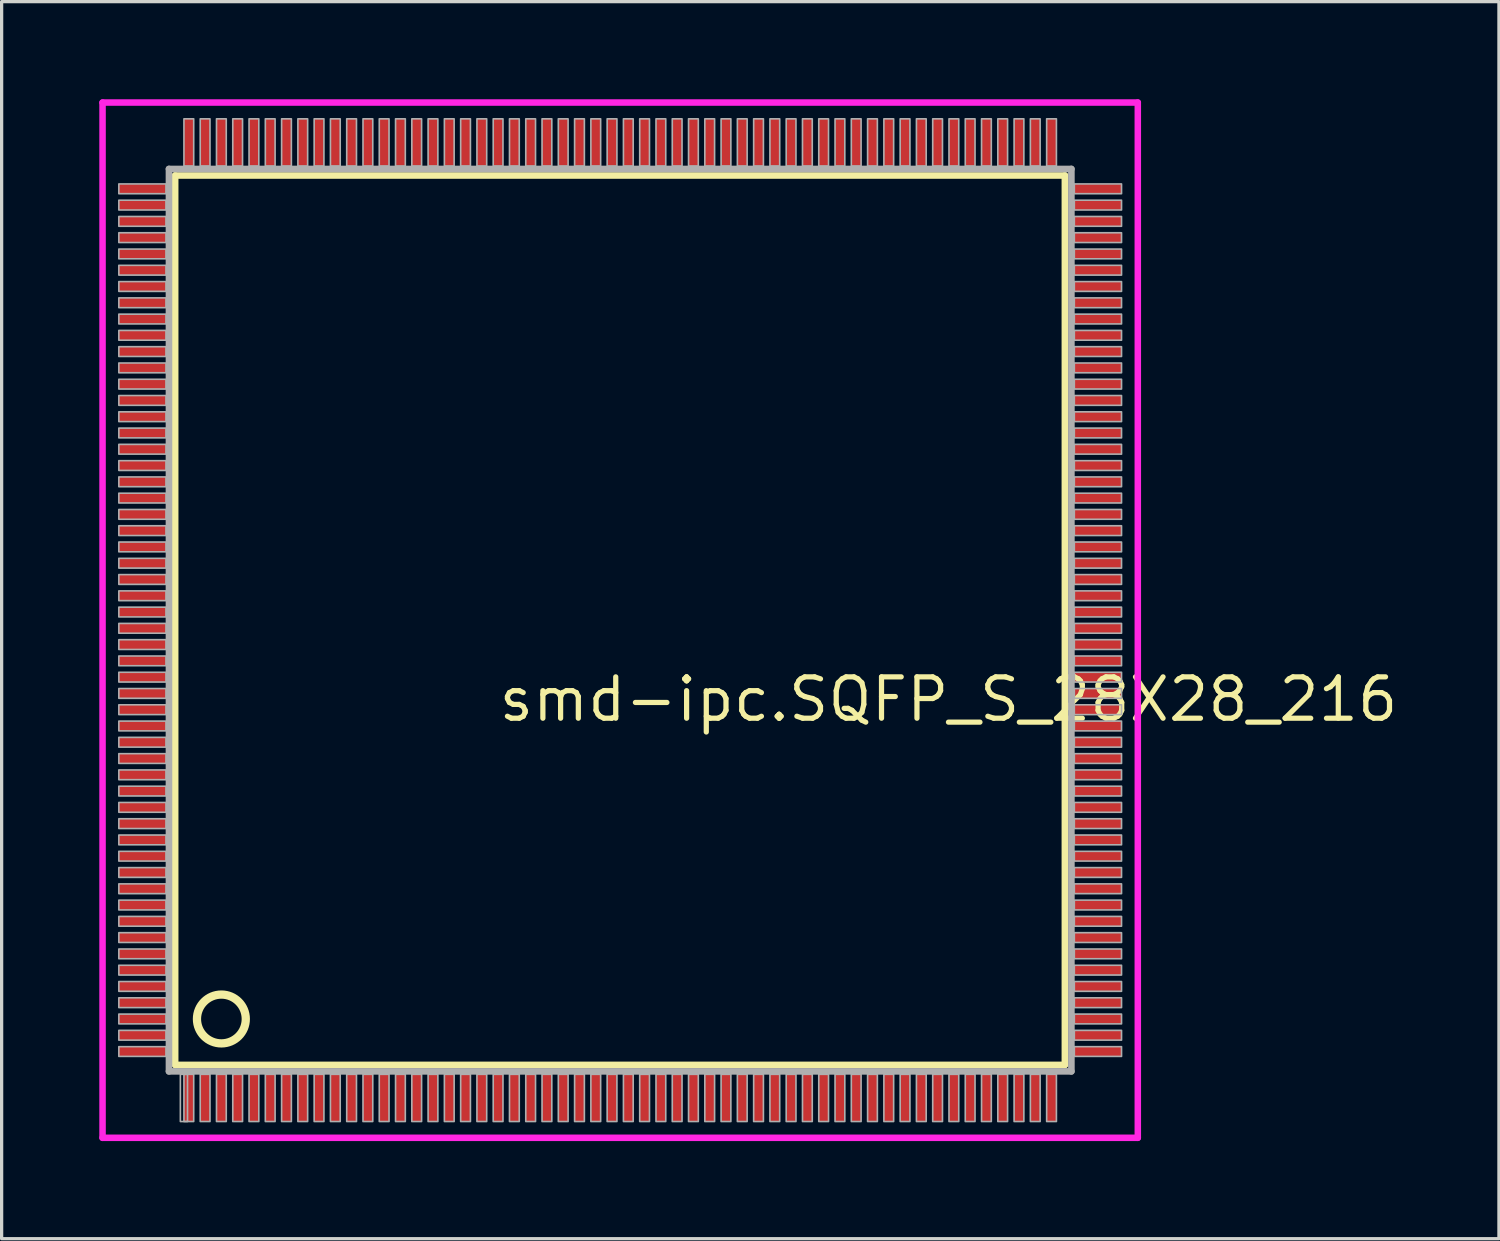
<source format=kicad_pcb>
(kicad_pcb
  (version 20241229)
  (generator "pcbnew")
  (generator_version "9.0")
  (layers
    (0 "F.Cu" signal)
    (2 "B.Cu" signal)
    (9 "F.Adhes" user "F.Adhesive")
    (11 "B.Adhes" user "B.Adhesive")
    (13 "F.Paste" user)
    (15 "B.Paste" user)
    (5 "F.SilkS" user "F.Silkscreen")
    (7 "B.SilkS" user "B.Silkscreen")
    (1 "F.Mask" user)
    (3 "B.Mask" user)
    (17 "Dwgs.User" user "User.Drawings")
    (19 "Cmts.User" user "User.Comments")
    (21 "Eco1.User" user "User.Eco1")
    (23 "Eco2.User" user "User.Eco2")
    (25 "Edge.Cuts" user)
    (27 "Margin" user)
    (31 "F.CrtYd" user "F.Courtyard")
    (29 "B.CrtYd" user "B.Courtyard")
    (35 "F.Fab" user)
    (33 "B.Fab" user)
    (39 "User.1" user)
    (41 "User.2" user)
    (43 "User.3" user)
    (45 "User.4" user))
  (footprint "smd-ipc.SQFP_S_28X28_216"
    (layer "F.Cu")
    (at 16 16)
    (property "Reference" "smd-ipc.SQFP_S_28X28_216" (at -3.81 3.175 0) (layer "F.SilkS") (effects (font (size 1.27 1.27) (thickness 0.16)) (justify left bottom)))
    (attr smd)
    (fp_line (start -13.67 -13.66) (end 13.66 -13.66) (stroke (width 0.203) (type default)) (layer "F.SilkS"))
    (fp_line (start -13.67 13.66) (end -13.67 -13.66) (stroke (width 0.203) (type default)) (layer "F.SilkS"))
    (fp_line (start 13.66 -13.66) (end 13.66 13.66) (stroke (width 0.203) (type default)) (layer "F.SilkS"))
    (fp_line (start 13.66 13.66) (end -13.67 13.66) (stroke (width 0.203) (type default)) (layer "F.SilkS"))
    (fp_circle (center -12.25 12.25) (end -11.5 12.25) (stroke (width 0.254) (type default)) (fill no) (layer "F.SilkS"))
    (fp_line (start -15.9 -15.9) (end 15.9 -15.9) (stroke (width 0.2) (type default)) (layer "F.CrtYd"))
    (fp_line (start -15.9 15.9) (end -15.9 -15.9) (stroke (width 0.2) (type default)) (layer "F.CrtYd"))
    (fp_line (start 15.9 -15.9) (end 15.9 15.9) (stroke (width 0.2) (type default)) (layer "F.CrtYd"))
    (fp_line (start 15.9 15.9) (end -15.9 15.9) (stroke (width 0.2) (type default)) (layer "F.CrtYd"))
    (fp_line (start -13.86 -13.86) (end -13.86 13.86) (stroke (width 0.203) (type default)) (layer "F.Fab"))
    (fp_line (start -13.86 13.86) (end 13.86 13.86) (stroke (width 0.203) (type default)) (layer "F.Fab"))
    (fp_line (start 13.86 -13.86) (end -13.86 -13.86) (stroke (width 0.203) (type default)) (layer "F.Fab"))
    (fp_line (start 13.86 13.86) (end 13.86 -13.86) (stroke (width 0.203) (type default)) (layer "F.Fab"))
    (fp_rect (start -15.4 -13.1) (end -13.95 -13.4) (stroke (width 0.05) (type default)) (fill no) (layer "F.Fab"))
    (fp_rect (start -15.4 -12.6) (end -13.95 -12.9) (stroke (width 0.05) (type default)) (fill no) (layer "F.Fab"))
    (fp_rect (start -15.4 -12.1) (end -13.95 -12.4) (stroke (width 0.05) (type default)) (fill no) (layer "F.Fab"))
    (fp_rect (start -15.4 -11.6) (end -13.95 -11.9) (stroke (width 0.05) (type default)) (fill no) (layer "F.Fab"))
    (fp_rect (start -15.4 -11.1) (end -13.95 -11.4) (stroke (width 0.05) (type default)) (fill no) (layer "F.Fab"))
    (fp_rect (start -15.4 -10.6) (end -13.95 -10.9) (stroke (width 0.05) (type default)) (fill no) (layer "F.Fab"))
    (fp_rect (start -15.4 -10.1) (end -13.95 -10.4) (stroke (width 0.05) (type default)) (fill no) (layer "F.Fab"))
    (fp_rect (start -15.4 -9.6) (end -13.95 -9.9) (stroke (width 0.05) (type default)) (fill no) (layer "F.Fab"))
    (fp_rect (start -15.4 -9.1) (end -13.95 -9.4) (stroke (width 0.05) (type default)) (fill no) (layer "F.Fab"))
    (fp_rect (start -15.4 -8.6) (end -13.95 -8.9) (stroke (width 0.05) (type default)) (fill no) (layer "F.Fab"))
    (fp_rect (start -15.4 -8.1) (end -13.95 -8.4) (stroke (width 0.05) (type default)) (fill no) (layer "F.Fab"))
    (fp_rect (start -15.4 -7.6) (end -13.95 -7.9) (stroke (width 0.05) (type default)) (fill no) (layer "F.Fab"))
    (fp_rect (start -15.4 -7.1) (end -13.95 -7.4) (stroke (width 0.05) (type default)) (fill no) (layer "F.Fab"))
    (fp_rect (start -15.4 -6.6) (end -13.95 -6.9) (stroke (width 0.05) (type default)) (fill no) (layer "F.Fab"))
    (fp_rect (start -15.4 -6.1) (end -13.95 -6.4) (stroke (width 0.05) (type default)) (fill no) (layer "F.Fab"))
    (fp_rect (start -15.4 -5.6) (end -13.95 -5.9) (stroke (width 0.05) (type default)) (fill no) (layer "F.Fab"))
    (fp_rect (start -15.4 -5.1) (end -13.95 -5.4) (stroke (width 0.05) (type default)) (fill no) (layer "F.Fab"))
    (fp_rect (start -15.4 -4.6) (end -13.95 -4.9) (stroke (width 0.05) (type default)) (fill no) (layer "F.Fab"))
    (fp_rect (start -15.4 -4.1) (end -13.95 -4.4) (stroke (width 0.05) (type default)) (fill no) (layer "F.Fab"))
    (fp_rect (start -15.4 -3.6) (end -13.95 -3.9) (stroke (width 0.05) (type default)) (fill no) (layer "F.Fab"))
    (fp_rect (start -15.4 -3.1) (end -13.95 -3.4) (stroke (width 0.05) (type default)) (fill no) (layer "F.Fab"))
    (fp_rect (start -15.4 -2.6) (end -13.95 -2.9) (stroke (width 0.05) (type default)) (fill no) (layer "F.Fab"))
    (fp_rect (start -15.4 -2.1) (end -13.95 -2.4) (stroke (width 0.05) (type default)) (fill no) (layer "F.Fab"))
    (fp_rect (start -15.4 -1.6) (end -13.95 -1.9) (stroke (width 0.05) (type default)) (fill no) (layer "F.Fab"))
    (fp_rect (start -15.4 -1.1) (end -13.95 -1.4) (stroke (width 0.05) (type default)) (fill no) (layer "F.Fab"))
    (fp_rect (start -15.4 -0.6) (end -13.95 -0.9) (stroke (width 0.05) (type default)) (fill no) (layer "F.Fab"))
    (fp_rect (start -15.4 -0.1) (end -13.95 -0.4) (stroke (width 0.05) (type default)) (fill no) (layer "F.Fab"))
    (fp_rect (start -15.4 0.4) (end -13.95 0.1) (stroke (width 0.05) (type default)) (fill no) (layer "F.Fab"))
    (fp_rect (start -15.4 0.9) (end -13.95 0.6) (stroke (width 0.05) (type default)) (fill no) (layer "F.Fab"))
    (fp_rect (start -15.4 1.4) (end -13.95 1.1) (stroke (width 0.05) (type default)) (fill no) (layer "F.Fab"))
    (fp_rect (start -15.4 1.9) (end -13.95 1.6) (stroke (width 0.05) (type default)) (fill no) (layer "F.Fab"))
    (fp_rect (start -15.4 2.4) (end -13.95 2.1) (stroke (width 0.05) (type default)) (fill no) (layer "F.Fab"))
    (fp_rect (start -15.4 2.9) (end -13.95 2.6) (stroke (width 0.05) (type default)) (fill no) (layer "F.Fab"))
    (fp_rect (start -15.4 3.4) (end -13.95 3.1) (stroke (width 0.05) (type default)) (fill no) (layer "F.Fab"))
    (fp_rect (start -15.4 3.9) (end -13.95 3.6) (stroke (width 0.05) (type default)) (fill no) (layer "F.Fab"))
    (fp_rect (start -15.4 4.4) (end -13.95 4.1) (stroke (width 0.05) (type default)) (fill no) (layer "F.Fab"))
    (fp_rect (start -15.4 4.9) (end -13.95 4.6) (stroke (width 0.05) (type default)) (fill no) (layer "F.Fab"))
    (fp_rect (start -15.4 5.4) (end -13.95 5.1) (stroke (width 0.05) (type default)) (fill no) (layer "F.Fab"))
    (fp_rect (start -15.4 5.9) (end -13.95 5.6) (stroke (width 0.05) (type default)) (fill no) (layer "F.Fab"))
    (fp_rect (start -15.4 6.4) (end -13.95 6.1) (stroke (width 0.05) (type default)) (fill no) (layer "F.Fab"))
    (fp_rect (start -15.4 6.9) (end -13.95 6.6) (stroke (width 0.05) (type default)) (fill no) (layer "F.Fab"))
    (fp_rect (start -15.4 7.4) (end -13.95 7.1) (stroke (width 0.05) (type default)) (fill no) (layer "F.Fab"))
    (fp_rect (start -15.4 7.9) (end -13.95 7.6) (stroke (width 0.05) (type default)) (fill no) (layer "F.Fab"))
    (fp_rect (start -15.4 8.4) (end -13.95 8.1) (stroke (width 0.05) (type default)) (fill no) (layer "F.Fab"))
    (fp_rect (start -15.4 8.9) (end -13.95 8.6) (stroke (width 0.05) (type default)) (fill no) (layer "F.Fab"))
    (fp_rect (start -15.4 9.4) (end -13.95 9.1) (stroke (width 0.05) (type default)) (fill no) (layer "F.Fab"))
    (fp_rect (start -15.4 9.9) (end -13.95 9.6) (stroke (width 0.05) (type default)) (fill no) (layer "F.Fab"))
    (fp_rect (start -15.4 10.4) (end -13.95 10.1) (stroke (width 0.05) (type default)) (fill no) (layer "F.Fab"))
    (fp_rect (start -15.4 10.9) (end -13.95 10.6) (stroke (width 0.05) (type default)) (fill no) (layer "F.Fab"))
    (fp_rect (start -15.4 11.4) (end -13.95 11.1) (stroke (width 0.05) (type default)) (fill no) (layer "F.Fab"))
    (fp_rect (start -15.4 11.9) (end -13.95 11.6) (stroke (width 0.05) (type default)) (fill no) (layer "F.Fab"))
    (fp_rect (start -15.4 12.4) (end -13.95 12.1) (stroke (width 0.05) (type default)) (fill no) (layer "F.Fab"))
    (fp_rect (start -15.4 12.9) (end -13.95 12.6) (stroke (width 0.05) (type default)) (fill no) (layer "F.Fab"))
    (fp_rect (start -15.4 13.4) (end -13.95 13.1) (stroke (width 0.05) (type default)) (fill no) (layer "F.Fab"))
    (fp_rect (start -13.51 15.4) (end -13.29 13.95) (stroke (width 0.05) (type default)) (fill no) (layer "F.Fab"))
    (fp_rect (start -13.4 -13.95) (end -13.1 -15.4) (stroke (width 0.05) (type default)) (fill no) (layer "F.Fab"))
    (fp_rect (start -13.4 15.4) (end -13.1 13.95) (stroke (width 0.05) (type default)) (fill no) (layer "F.Fab"))
    (fp_rect (start -12.9 -13.95) (end -12.6 -15.4) (stroke (width 0.05) (type default)) (fill no) (layer "F.Fab"))
    (fp_rect (start -12.9 15.4) (end -12.6 13.95) (stroke (width 0.05) (type default)) (fill no) (layer "F.Fab"))
    (fp_rect (start -12.4 -13.95) (end -12.1 -15.4) (stroke (width 0.05) (type default)) (fill no) (layer "F.Fab"))
    (fp_rect (start -12.4 15.4) (end -12.1 13.95) (stroke (width 0.05) (type default)) (fill no) (layer "F.Fab"))
    (fp_rect (start -11.9 -13.95) (end -11.6 -15.4) (stroke (width 0.05) (type default)) (fill no) (layer "F.Fab"))
    (fp_rect (start -11.9 15.4) (end -11.6 13.95) (stroke (width 0.05) (type default)) (fill no) (layer "F.Fab"))
    (fp_rect (start -11.4 -13.95) (end -11.1 -15.4) (stroke (width 0.05) (type default)) (fill no) (layer "F.Fab"))
    (fp_rect (start -11.4 15.4) (end -11.1 13.95) (stroke (width 0.05) (type default)) (fill no) (layer "F.Fab"))
    (fp_rect (start -10.9 -13.95) (end -10.6 -15.4) (stroke (width 0.05) (type default)) (fill no) (layer "F.Fab"))
    (fp_rect (start -10.9 15.4) (end -10.6 13.95) (stroke (width 0.05) (type default)) (fill no) (layer "F.Fab"))
    (fp_rect (start -10.4 -13.95) (end -10.1 -15.4) (stroke (width 0.05) (type default)) (fill no) (layer "F.Fab"))
    (fp_rect (start -10.4 15.4) (end -10.1 13.95) (stroke (width 0.05) (type default)) (fill no) (layer "F.Fab"))
    (fp_rect (start -9.9 -13.95) (end -9.6 -15.4) (stroke (width 0.05) (type default)) (fill no) (layer "F.Fab"))
    (fp_rect (start -9.9 15.4) (end -9.6 13.95) (stroke (width 0.05) (type default)) (fill no) (layer "F.Fab"))
    (fp_rect (start -9.4 -13.95) (end -9.1 -15.4) (stroke (width 0.05) (type default)) (fill no) (layer "F.Fab"))
    (fp_rect (start -9.4 15.4) (end -9.1 13.95) (stroke (width 0.05) (type default)) (fill no) (layer "F.Fab"))
    (fp_rect (start -8.9 -13.95) (end -8.6 -15.4) (stroke (width 0.05) (type default)) (fill no) (layer "F.Fab"))
    (fp_rect (start -8.9 15.4) (end -8.6 13.95) (stroke (width 0.05) (type default)) (fill no) (layer "F.Fab"))
    (fp_rect (start -8.4 -13.95) (end -8.1 -15.4) (stroke (width 0.05) (type default)) (fill no) (layer "F.Fab"))
    (fp_rect (start -8.4 15.4) (end -8.1 13.95) (stroke (width 0.05) (type default)) (fill no) (layer "F.Fab"))
    (fp_rect (start -7.9 -13.95) (end -7.6 -15.4) (stroke (width 0.05) (type default)) (fill no) (layer "F.Fab"))
    (fp_rect (start -7.9 15.4) (end -7.6 13.95) (stroke (width 0.05) (type default)) (fill no) (layer "F.Fab"))
    (fp_rect (start -7.4 -13.95) (end -7.1 -15.4) (stroke (width 0.05) (type default)) (fill no) (layer "F.Fab"))
    (fp_rect (start -7.4 15.4) (end -7.1 13.95) (stroke (width 0.05) (type default)) (fill no) (layer "F.Fab"))
    (fp_rect (start -6.9 -13.95) (end -6.6 -15.4) (stroke (width 0.05) (type default)) (fill no) (layer "F.Fab"))
    (fp_rect (start -6.9 15.4) (end -6.6 13.95) (stroke (width 0.05) (type default)) (fill no) (layer "F.Fab"))
    (fp_rect (start -6.4 -13.95) (end -6.1 -15.4) (stroke (width 0.05) (type default)) (fill no) (layer "F.Fab"))
    (fp_rect (start -6.4 15.4) (end -6.1 13.95) (stroke (width 0.05) (type default)) (fill no) (layer "F.Fab"))
    (fp_rect (start -5.9 -13.95) (end -5.6 -15.4) (stroke (width 0.05) (type default)) (fill no) (layer "F.Fab"))
    (fp_rect (start -5.9 15.4) (end -5.6 13.95) (stroke (width 0.05) (type default)) (fill no) (layer "F.Fab"))
    (fp_rect (start -5.4 -13.95) (end -5.1 -15.4) (stroke (width 0.05) (type default)) (fill no) (layer "F.Fab"))
    (fp_rect (start -5.4 15.4) (end -5.1 13.95) (stroke (width 0.05) (type default)) (fill no) (layer "F.Fab"))
    (fp_rect (start -4.9 -13.95) (end -4.6 -15.4) (stroke (width 0.05) (type default)) (fill no) (layer "F.Fab"))
    (fp_rect (start -4.9 15.4) (end -4.6 13.95) (stroke (width 0.05) (type default)) (fill no) (layer "F.Fab"))
    (fp_rect (start -4.4 -13.95) (end -4.1 -15.4) (stroke (width 0.05) (type default)) (fill no) (layer "F.Fab"))
    (fp_rect (start -4.4 15.4) (end -4.1 13.95) (stroke (width 0.05) (type default)) (fill no) (layer "F.Fab"))
    (fp_rect (start -3.9 -13.95) (end -3.6 -15.4) (stroke (width 0.05) (type default)) (fill no) (layer "F.Fab"))
    (fp_rect (start -3.9 15.4) (end -3.6 13.95) (stroke (width 0.05) (type default)) (fill no) (layer "F.Fab"))
    (fp_rect (start -3.4 -13.95) (end -3.1 -15.4) (stroke (width 0.05) (type default)) (fill no) (layer "F.Fab"))
    (fp_rect (start -3.4 15.4) (end -3.1 13.95) (stroke (width 0.05) (type default)) (fill no) (layer "F.Fab"))
    (fp_rect (start -2.9 -13.95) (end -2.6 -15.4) (stroke (width 0.05) (type default)) (fill no) (layer "F.Fab"))
    (fp_rect (start -2.9 15.4) (end -2.6 13.95) (stroke (width 0.05) (type default)) (fill no) (layer "F.Fab"))
    (fp_rect (start -2.4 -13.95) (end -2.1 -15.4) (stroke (width 0.05) (type default)) (fill no) (layer "F.Fab"))
    (fp_rect (start -2.4 15.4) (end -2.1 13.95) (stroke (width 0.05) (type default)) (fill no) (layer "F.Fab"))
    (fp_rect (start -1.9 -13.95) (end -1.6 -15.4) (stroke (width 0.05) (type default)) (fill no) (layer "F.Fab"))
    (fp_rect (start -1.9 15.4) (end -1.6 13.95) (stroke (width 0.05) (type default)) (fill no) (layer "F.Fab"))
    (fp_rect (start -1.4 -13.95) (end -1.1 -15.4) (stroke (width 0.05) (type default)) (fill no) (layer "F.Fab"))
    (fp_rect (start -1.4 15.4) (end -1.1 13.95) (stroke (width 0.05) (type default)) (fill no) (layer "F.Fab"))
    (fp_rect (start -0.9 -13.95) (end -0.6 -15.4) (stroke (width 0.05) (type default)) (fill no) (layer "F.Fab"))
    (fp_rect (start -0.9 15.4) (end -0.6 13.95) (stroke (width 0.05) (type default)) (fill no) (layer "F.Fab"))
    (fp_rect (start -0.4 -13.95) (end -0.1 -15.4) (stroke (width 0.05) (type default)) (fill no) (layer "F.Fab"))
    (fp_rect (start -0.4 15.4) (end -0.1 13.95) (stroke (width 0.05) (type default)) (fill no) (layer "F.Fab"))
    (fp_rect (start 0.1 -13.95) (end 0.4 -15.4) (stroke (width 0.05) (type default)) (fill no) (layer "F.Fab"))
    (fp_rect (start 0.1 15.4) (end 0.4 13.95) (stroke (width 0.05) (type default)) (fill no) (layer "F.Fab"))
    (fp_rect (start 0.6 -13.95) (end 0.9 -15.4) (stroke (width 0.05) (type default)) (fill no) (layer "F.Fab"))
    (fp_rect (start 0.6 15.4) (end 0.9 13.95) (stroke (width 0.05) (type default)) (fill no) (layer "F.Fab"))
    (fp_rect (start 1.1 -13.95) (end 1.4 -15.4) (stroke (width 0.05) (type default)) (fill no) (layer "F.Fab"))
    (fp_rect (start 1.1 15.4) (end 1.4 13.95) (stroke (width 0.05) (type default)) (fill no) (layer "F.Fab"))
    (fp_rect (start 1.6 -13.95) (end 1.9 -15.4) (stroke (width 0.05) (type default)) (fill no) (layer "F.Fab"))
    (fp_rect (start 1.6 15.4) (end 1.9 13.95) (stroke (width 0.05) (type default)) (fill no) (layer "F.Fab"))
    (fp_rect (start 2.1 -13.95) (end 2.4 -15.4) (stroke (width 0.05) (type default)) (fill no) (layer "F.Fab"))
    (fp_rect (start 2.1 15.4) (end 2.4 13.95) (stroke (width 0.05) (type default)) (fill no) (layer "F.Fab"))
    (fp_rect (start 2.6 -13.95) (end 2.9 -15.4) (stroke (width 0.05) (type default)) (fill no) (layer "F.Fab"))
    (fp_rect (start 2.6 15.4) (end 2.9 13.95) (stroke (width 0.05) (type default)) (fill no) (layer "F.Fab"))
    (fp_rect (start 3.1 -13.95) (end 3.4 -15.4) (stroke (width 0.05) (type default)) (fill no) (layer "F.Fab"))
    (fp_rect (start 3.1 15.4) (end 3.4 13.95) (stroke (width 0.05) (type default)) (fill no) (layer "F.Fab"))
    (fp_rect (start 3.6 -13.95) (end 3.9 -15.4) (stroke (width 0.05) (type default)) (fill no) (layer "F.Fab"))
    (fp_rect (start 3.6 15.4) (end 3.9 13.95) (stroke (width 0.05) (type default)) (fill no) (layer "F.Fab"))
    (fp_rect (start 4.1 -13.95) (end 4.4 -15.4) (stroke (width 0.05) (type default)) (fill no) (layer "F.Fab"))
    (fp_rect (start 4.1 15.4) (end 4.4 13.95) (stroke (width 0.05) (type default)) (fill no) (layer "F.Fab"))
    (fp_rect (start 4.6 -13.95) (end 4.9 -15.4) (stroke (width 0.05) (type default)) (fill no) (layer "F.Fab"))
    (fp_rect (start 4.6 15.4) (end 4.9 13.95) (stroke (width 0.05) (type default)) (fill no) (layer "F.Fab"))
    (fp_rect (start 5.1 -13.95) (end 5.4 -15.4) (stroke (width 0.05) (type default)) (fill no) (layer "F.Fab"))
    (fp_rect (start 5.1 15.4) (end 5.4 13.95) (stroke (width 0.05) (type default)) (fill no) (layer "F.Fab"))
    (fp_rect (start 5.6 -13.95) (end 5.9 -15.4) (stroke (width 0.05) (type default)) (fill no) (layer "F.Fab"))
    (fp_rect (start 5.6 15.4) (end 5.9 13.95) (stroke (width 0.05) (type default)) (fill no) (layer "F.Fab"))
    (fp_rect (start 6.1 -13.95) (end 6.4 -15.4) (stroke (width 0.05) (type default)) (fill no) (layer "F.Fab"))
    (fp_rect (start 6.1 15.4) (end 6.4 13.95) (stroke (width 0.05) (type default)) (fill no) (layer "F.Fab"))
    (fp_rect (start 6.6 -13.95) (end 6.9 -15.4) (stroke (width 0.05) (type default)) (fill no) (layer "F.Fab"))
    (fp_rect (start 6.6 15.4) (end 6.9 13.95) (stroke (width 0.05) (type default)) (fill no) (layer "F.Fab"))
    (fp_rect (start 7.1 -13.95) (end 7.4 -15.4) (stroke (width 0.05) (type default)) (fill no) (layer "F.Fab"))
    (fp_rect (start 7.1 15.4) (end 7.4 13.95) (stroke (width 0.05) (type default)) (fill no) (layer "F.Fab"))
    (fp_rect (start 7.6 -13.95) (end 7.9 -15.4) (stroke (width 0.05) (type default)) (fill no) (layer "F.Fab"))
    (fp_rect (start 7.6 15.4) (end 7.9 13.95) (stroke (width 0.05) (type default)) (fill no) (layer "F.Fab"))
    (fp_rect (start 8.1 -13.95) (end 8.4 -15.4) (stroke (width 0.05) (type default)) (fill no) (layer "F.Fab"))
    (fp_rect (start 8.1 15.4) (end 8.4 13.95) (stroke (width 0.05) (type default)) (fill no) (layer "F.Fab"))
    (fp_rect (start 8.6 -13.95) (end 8.9 -15.4) (stroke (width 0.05) (type default)) (fill no) (layer "F.Fab"))
    (fp_rect (start 8.6 15.4) (end 8.9 13.95) (stroke (width 0.05) (type default)) (fill no) (layer "F.Fab"))
    (fp_rect (start 9.1 -13.95) (end 9.4 -15.4) (stroke (width 0.05) (type default)) (fill no) (layer "F.Fab"))
    (fp_rect (start 9.1 15.4) (end 9.4 13.95) (stroke (width 0.05) (type default)) (fill no) (layer "F.Fab"))
    (fp_rect (start 9.6 -13.95) (end 9.9 -15.4) (stroke (width 0.05) (type default)) (fill no) (layer "F.Fab"))
    (fp_rect (start 9.6 15.4) (end 9.9 13.95) (stroke (width 0.05) (type default)) (fill no) (layer "F.Fab"))
    (fp_rect (start 10.1 -13.95) (end 10.4 -15.4) (stroke (width 0.05) (type default)) (fill no) (layer "F.Fab"))
    (fp_rect (start 10.1 15.4) (end 10.4 13.95) (stroke (width 0.05) (type default)) (fill no) (layer "F.Fab"))
    (fp_rect (start 10.6 -13.95) (end 10.9 -15.4) (stroke (width 0.05) (type default)) (fill no) (layer "F.Fab"))
    (fp_rect (start 10.6 15.4) (end 10.9 13.95) (stroke (width 0.05) (type default)) (fill no) (layer "F.Fab"))
    (fp_rect (start 11.1 -13.95) (end 11.4 -15.4) (stroke (width 0.05) (type default)) (fill no) (layer "F.Fab"))
    (fp_rect (start 11.1 15.4) (end 11.4 13.95) (stroke (width 0.05) (type default)) (fill no) (layer "F.Fab"))
    (fp_rect (start 11.6 -13.95) (end 11.9 -15.4) (stroke (width 0.05) (type default)) (fill no) (layer "F.Fab"))
    (fp_rect (start 11.6 15.4) (end 11.9 13.95) (stroke (width 0.05) (type default)) (fill no) (layer "F.Fab"))
    (fp_rect (start 12.1 -13.95) (end 12.4 -15.4) (stroke (width 0.05) (type default)) (fill no) (layer "F.Fab"))
    (fp_rect (start 12.1 15.4) (end 12.4 13.95) (stroke (width 0.05) (type default)) (fill no) (layer "F.Fab"))
    (fp_rect (start 12.6 -13.95) (end 12.9 -15.4) (stroke (width 0.05) (type default)) (fill no) (layer "F.Fab"))
    (fp_rect (start 12.6 15.4) (end 12.9 13.95) (stroke (width 0.05) (type default)) (fill no) (layer "F.Fab"))
    (fp_rect (start 13.1 -13.95) (end 13.4 -15.4) (stroke (width 0.05) (type default)) (fill no) (layer "F.Fab"))
    (fp_rect (start 13.1 15.4) (end 13.4 13.95) (stroke (width 0.05) (type default)) (fill no) (layer "F.Fab"))
    (fp_rect (start 13.95 -13.1) (end 15.4 -13.4) (stroke (width 0.05) (type default)) (fill no) (layer "F.Fab"))
    (fp_rect (start 13.95 -12.6) (end 15.4 -12.9) (stroke (width 0.05) (type default)) (fill no) (layer "F.Fab"))
    (fp_rect (start 13.95 -12.1) (end 15.4 -12.4) (stroke (width 0.05) (type default)) (fill no) (layer "F.Fab"))
    (fp_rect (start 13.95 -11.6) (end 15.4 -11.9) (stroke (width 0.05) (type default)) (fill no) (layer "F.Fab"))
    (fp_rect (start 13.95 -11.1) (end 15.4 -11.4) (stroke (width 0.05) (type default)) (fill no) (layer "F.Fab"))
    (fp_rect (start 13.95 -10.6) (end 15.4 -10.9) (stroke (width 0.05) (type default)) (fill no) (layer "F.Fab"))
    (fp_rect (start 13.95 -10.1) (end 15.4 -10.4) (stroke (width 0.05) (type default)) (fill no) (layer "F.Fab"))
    (fp_rect (start 13.95 -9.6) (end 15.4 -9.9) (stroke (width 0.05) (type default)) (fill no) (layer "F.Fab"))
    (fp_rect (start 13.95 -9.1) (end 15.4 -9.4) (stroke (width 0.05) (type default)) (fill no) (layer "F.Fab"))
    (fp_rect (start 13.95 -8.6) (end 15.4 -8.9) (stroke (width 0.05) (type default)) (fill no) (layer "F.Fab"))
    (fp_rect (start 13.95 -8.1) (end 15.4 -8.4) (stroke (width 0.05) (type default)) (fill no) (layer "F.Fab"))
    (fp_rect (start 13.95 -7.6) (end 15.4 -7.9) (stroke (width 0.05) (type default)) (fill no) (layer "F.Fab"))
    (fp_rect (start 13.95 -7.1) (end 15.4 -7.4) (stroke (width 0.05) (type default)) (fill no) (layer "F.Fab"))
    (fp_rect (start 13.95 -6.6) (end 15.4 -6.9) (stroke (width 0.05) (type default)) (fill no) (layer "F.Fab"))
    (fp_rect (start 13.95 -6.1) (end 15.4 -6.4) (stroke (width 0.05) (type default)) (fill no) (layer "F.Fab"))
    (fp_rect (start 13.95 -5.6) (end 15.4 -5.9) (stroke (width 0.05) (type default)) (fill no) (layer "F.Fab"))
    (fp_rect (start 13.95 -5.1) (end 15.4 -5.4) (stroke (width 0.05) (type default)) (fill no) (layer "F.Fab"))
    (fp_rect (start 13.95 -4.6) (end 15.4 -4.9) (stroke (width 0.05) (type default)) (fill no) (layer "F.Fab"))
    (fp_rect (start 13.95 -4.1) (end 15.4 -4.4) (stroke (width 0.05) (type default)) (fill no) (layer "F.Fab"))
    (fp_rect (start 13.95 -3.6) (end 15.4 -3.9) (stroke (width 0.05) (type default)) (fill no) (layer "F.Fab"))
    (fp_rect (start 13.95 -3.1) (end 15.4 -3.4) (stroke (width 0.05) (type default)) (fill no) (layer "F.Fab"))
    (fp_rect (start 13.95 -2.6) (end 15.4 -2.9) (stroke (width 0.05) (type default)) (fill no) (layer "F.Fab"))
    (fp_rect (start 13.95 -2.1) (end 15.4 -2.4) (stroke (width 0.05) (type default)) (fill no) (layer "F.Fab"))
    (fp_rect (start 13.95 -1.6) (end 15.4 -1.9) (stroke (width 0.05) (type default)) (fill no) (layer "F.Fab"))
    (fp_rect (start 13.95 -1.1) (end 15.4 -1.4) (stroke (width 0.05) (type default)) (fill no) (layer "F.Fab"))
    (fp_rect (start 13.95 -0.6) (end 15.4 -0.9) (stroke (width 0.05) (type default)) (fill no) (layer "F.Fab"))
    (fp_rect (start 13.95 -0.1) (end 15.4 -0.4) (stroke (width 0.05) (type default)) (fill no) (layer "F.Fab"))
    (fp_rect (start 13.95 0.4) (end 15.4 0.1) (stroke (width 0.05) (type default)) (fill no) (layer "F.Fab"))
    (fp_rect (start 13.95 0.9) (end 15.4 0.6) (stroke (width 0.05) (type default)) (fill no) (layer "F.Fab"))
    (fp_rect (start 13.95 1.4) (end 15.4 1.1) (stroke (width 0.05) (type default)) (fill no) (layer "F.Fab"))
    (fp_rect (start 13.95 1.9) (end 15.4 1.6) (stroke (width 0.05) (type default)) (fill no) (layer "F.Fab"))
    (fp_rect (start 13.95 2.4) (end 15.4 2.1) (stroke (width 0.05) (type default)) (fill no) (layer "F.Fab"))
    (fp_rect (start 13.95 2.9) (end 15.4 2.6) (stroke (width 0.05) (type default)) (fill no) (layer "F.Fab"))
    (fp_rect (start 13.95 3.4) (end 15.4 3.1) (stroke (width 0.05) (type default)) (fill no) (layer "F.Fab"))
    (fp_rect (start 13.95 3.9) (end 15.4 3.6) (stroke (width 0.05) (type default)) (fill no) (layer "F.Fab"))
    (fp_rect (start 13.95 4.4) (end 15.4 4.1) (stroke (width 0.05) (type default)) (fill no) (layer "F.Fab"))
    (fp_rect (start 13.95 4.9) (end 15.4 4.6) (stroke (width 0.05) (type default)) (fill no) (layer "F.Fab"))
    (fp_rect (start 13.95 5.4) (end 15.4 5.1) (stroke (width 0.05) (type default)) (fill no) (layer "F.Fab"))
    (fp_rect (start 13.95 5.9) (end 15.4 5.6) (stroke (width 0.05) (type default)) (fill no) (layer "F.Fab"))
    (fp_rect (start 13.95 6.4) (end 15.4 6.1) (stroke (width 0.05) (type default)) (fill no) (layer "F.Fab"))
    (fp_rect (start 13.95 6.9) (end 15.4 6.6) (stroke (width 0.05) (type default)) (fill no) (layer "F.Fab"))
    (fp_rect (start 13.95 7.4) (end 15.4 7.1) (stroke (width 0.05) (type default)) (fill no) (layer "F.Fab"))
    (fp_rect (start 13.95 7.9) (end 15.4 7.6) (stroke (width 0.05) (type default)) (fill no) (layer "F.Fab"))
    (fp_rect (start 13.95 8.4) (end 15.4 8.1) (stroke (width 0.05) (type default)) (fill no) (layer "F.Fab"))
    (fp_rect (start 13.95 8.9) (end 15.4 8.6) (stroke (width 0.05) (type default)) (fill no) (layer "F.Fab"))
    (fp_rect (start 13.95 9.4) (end 15.4 9.1) (stroke (width 0.05) (type default)) (fill no) (layer "F.Fab"))
    (fp_rect (start 13.95 9.9) (end 15.4 9.6) (stroke (width 0.05) (type default)) (fill no) (layer "F.Fab"))
    (fp_rect (start 13.95 10.4) (end 15.4 10.1) (stroke (width 0.05) (type default)) (fill no) (layer "F.Fab"))
    (fp_rect (start 13.95 10.9) (end 15.4 10.6) (stroke (width 0.05) (type default)) (fill no) (layer "F.Fab"))
    (fp_rect (start 13.95 11.4) (end 15.4 11.1) (stroke (width 0.05) (type default)) (fill no) (layer "F.Fab"))
    (fp_rect (start 13.95 11.9) (end 15.4 11.6) (stroke (width 0.05) (type default)) (fill no) (layer "F.Fab"))
    (fp_rect (start 13.95 12.4) (end 15.4 12.1) (stroke (width 0.05) (type default)) (fill no) (layer "F.Fab"))
    (fp_rect (start 13.95 12.9) (end 15.4 12.6) (stroke (width 0.05) (type default)) (fill no) (layer "F.Fab"))
    (fp_rect (start 13.95 13.4) (end 15.4 13.1) (stroke (width 0.05) (type default)) (fill no) (layer "F.Fab"))
    (pad "1" smd roundrect (at -13.25 14.6) (size 0.3 1.6) (layers "F.Cu" "F.Mask" "F.Paste") (roundrect_rratio 0.01))
    (pad "2" smd roundrect (at -12.75 14.6) (size 0.3 1.6) (layers "F.Cu" "F.Mask" "F.Paste") (roundrect_rratio 0.01))
    (pad "3" smd roundrect (at -12.25 14.6) (size 0.3 1.6) (layers "F.Cu" "F.Mask" "F.Paste") (roundrect_rratio 0.01))
    (pad "4" smd roundrect (at -11.75 14.6) (size 0.3 1.6) (layers "F.Cu" "F.Mask" "F.Paste") (roundrect_rratio 0.01))
    (pad "5" smd roundrect (at -11.25 14.6) (size 0.3 1.6) (layers "F.Cu" "F.Mask" "F.Paste") (roundrect_rratio 0.01))
    (pad "6" smd roundrect (at -10.75 14.6) (size 0.3 1.6) (layers "F.Cu" "F.Mask" "F.Paste") (roundrect_rratio 0.01))
    (pad "7" smd roundrect (at -10.25 14.6) (size 0.3 1.6) (layers "F.Cu" "F.Mask" "F.Paste") (roundrect_rratio 0.01))
    (pad "8" smd roundrect (at -9.75 14.6) (size 0.3 1.6) (layers "F.Cu" "F.Mask" "F.Paste") (roundrect_rratio 0.01))
    (pad "9" smd roundrect (at -9.25 14.6) (size 0.3 1.6) (layers "F.Cu" "F.Mask" "F.Paste") (roundrect_rratio 0.01))
    (pad "10" smd roundrect (at -8.75 14.6) (size 0.3 1.6) (layers "F.Cu" "F.Mask" "F.Paste") (roundrect_rratio 0.01))
    (pad "11" smd roundrect (at -8.25 14.6) (size 0.3 1.6) (layers "F.Cu" "F.Mask" "F.Paste") (roundrect_rratio 0.01))
    (pad "12" smd roundrect (at -7.75 14.6) (size 0.3 1.6) (layers "F.Cu" "F.Mask" "F.Paste") (roundrect_rratio 0.01))
    (pad "13" smd roundrect (at -7.25 14.6) (size 0.3 1.6) (layers "F.Cu" "F.Mask" "F.Paste") (roundrect_rratio 0.01))
    (pad "14" smd roundrect (at -6.75 14.6) (size 0.3 1.6) (layers "F.Cu" "F.Mask" "F.Paste") (roundrect_rratio 0.01))
    (pad "15" smd roundrect (at -6.25 14.6) (size 0.3 1.6) (layers "F.Cu" "F.Mask" "F.Paste") (roundrect_rratio 0.01))
    (pad "16" smd roundrect (at -5.75 14.6) (size 0.3 1.6) (layers "F.Cu" "F.Mask" "F.Paste") (roundrect_rratio 0.01))
    (pad "17" smd roundrect (at -5.25 14.6) (size 0.3 1.6) (layers "F.Cu" "F.Mask" "F.Paste") (roundrect_rratio 0.01))
    (pad "18" smd roundrect (at -4.75 14.6) (size 0.3 1.6) (layers "F.Cu" "F.Mask" "F.Paste") (roundrect_rratio 0.01))
    (pad "19" smd roundrect (at -4.25 14.6) (size 0.3 1.6) (layers "F.Cu" "F.Mask" "F.Paste") (roundrect_rratio 0.01))
    (pad "20" smd roundrect (at -3.75 14.6) (size 0.3 1.6) (layers "F.Cu" "F.Mask" "F.Paste") (roundrect_rratio 0.01))
    (pad "21" smd roundrect (at -3.25 14.6) (size 0.3 1.6) (layers "F.Cu" "F.Mask" "F.Paste") (roundrect_rratio 0.01))
    (pad "22" smd roundrect (at -2.75 14.6) (size 0.3 1.6) (layers "F.Cu" "F.Mask" "F.Paste") (roundrect_rratio 0.01))
    (pad "23" smd roundrect (at -2.25 14.6) (size 0.3 1.6) (layers "F.Cu" "F.Mask" "F.Paste") (roundrect_rratio 0.01))
    (pad "24" smd roundrect (at -1.75 14.6) (size 0.3 1.6) (layers "F.Cu" "F.Mask" "F.Paste") (roundrect_rratio 0.01))
    (pad "25" smd roundrect (at -1.25 14.6) (size 0.3 1.6) (layers "F.Cu" "F.Mask" "F.Paste") (roundrect_rratio 0.01))
    (pad "26" smd roundrect (at -0.75 14.6) (size 0.3 1.6) (layers "F.Cu" "F.Mask" "F.Paste") (roundrect_rratio 0.01))
    (pad "27" smd roundrect (at -0.25 14.6) (size 0.3 1.6) (layers "F.Cu" "F.Mask" "F.Paste") (roundrect_rratio 0.01))
    (pad "28" smd roundrect (at 0.25 14.6) (size 0.3 1.6) (layers "F.Cu" "F.Mask" "F.Paste") (roundrect_rratio 0.01))
    (pad "29" smd roundrect (at 0.75 14.6) (size 0.3 1.6) (layers "F.Cu" "F.Mask" "F.Paste") (roundrect_rratio 0.01))
    (pad "30" smd roundrect (at 1.25 14.6) (size 0.3 1.6) (layers "F.Cu" "F.Mask" "F.Paste") (roundrect_rratio 0.01))
    (pad "31" smd roundrect (at 1.75 14.6) (size 0.3 1.6) (layers "F.Cu" "F.Mask" "F.Paste") (roundrect_rratio 0.01))
    (pad "32" smd roundrect (at 2.25 14.6) (size 0.3 1.6) (layers "F.Cu" "F.Mask" "F.Paste") (roundrect_rratio 0.01))
    (pad "33" smd roundrect (at 2.75 14.6) (size 0.3 1.6) (layers "F.Cu" "F.Mask" "F.Paste") (roundrect_rratio 0.01))
    (pad "34" smd roundrect (at 3.25 14.6) (size 0.3 1.6) (layers "F.Cu" "F.Mask" "F.Paste") (roundrect_rratio 0.01))
    (pad "35" smd roundrect (at 3.75 14.6) (size 0.3 1.6) (layers "F.Cu" "F.Mask" "F.Paste") (roundrect_rratio 0.01))
    (pad "36" smd roundrect (at 4.25 14.6) (size 0.3 1.6) (layers "F.Cu" "F.Mask" "F.Paste") (roundrect_rratio 0.01))
    (pad "37" smd roundrect (at 4.75 14.6) (size 0.3 1.6) (layers "F.Cu" "F.Mask" "F.Paste") (roundrect_rratio 0.01))
    (pad "38" smd roundrect (at 5.25 14.6) (size 0.3 1.6) (layers "F.Cu" "F.Mask" "F.Paste") (roundrect_rratio 0.01))
    (pad "39" smd roundrect (at 5.75 14.6) (size 0.3 1.6) (layers "F.Cu" "F.Mask" "F.Paste") (roundrect_rratio 0.01))
    (pad "40" smd roundrect (at 6.25 14.6) (size 0.3 1.6) (layers "F.Cu" "F.Mask" "F.Paste") (roundrect_rratio 0.01))
    (pad "41" smd roundrect (at 6.75 14.6) (size 0.3 1.6) (layers "F.Cu" "F.Mask" "F.Paste") (roundrect_rratio 0.01))
    (pad "42" smd roundrect (at 7.25 14.6) (size 0.3 1.6) (layers "F.Cu" "F.Mask" "F.Paste") (roundrect_rratio 0.01))
    (pad "43" smd roundrect (at 7.75 14.6) (size 0.3 1.6) (layers "F.Cu" "F.Mask" "F.Paste") (roundrect_rratio 0.01))
    (pad "44" smd roundrect (at 8.25 14.6) (size 0.3 1.6) (layers "F.Cu" "F.Mask" "F.Paste") (roundrect_rratio 0.01))
    (pad "45" smd roundrect (at 8.75 14.6) (size 0.3 1.6) (layers "F.Cu" "F.Mask" "F.Paste") (roundrect_rratio 0.01))
    (pad "46" smd roundrect (at 9.25 14.6) (size 0.3 1.6) (layers "F.Cu" "F.Mask" "F.Paste") (roundrect_rratio 0.01))
    (pad "47" smd roundrect (at 9.75 14.6) (size 0.3 1.6) (layers "F.Cu" "F.Mask" "F.Paste") (roundrect_rratio 0.01))
    (pad "48" smd roundrect (at 10.25 14.6) (size 0.3 1.6) (layers "F.Cu" "F.Mask" "F.Paste") (roundrect_rratio 0.01))
    (pad "49" smd roundrect (at 10.75 14.6) (size 0.3 1.6) (layers "F.Cu" "F.Mask" "F.Paste") (roundrect_rratio 0.01))
    (pad "50" smd roundrect (at 11.25 14.6) (size 0.3 1.6) (layers "F.Cu" "F.Mask" "F.Paste") (roundrect_rratio 0.01))
    (pad "51" smd roundrect (at 11.75 14.6) (size 0.3 1.6) (layers "F.Cu" "F.Mask" "F.Paste") (roundrect_rratio 0.01))
    (pad "52" smd roundrect (at 12.25 14.6) (size 0.3 1.6) (layers "F.Cu" "F.Mask" "F.Paste") (roundrect_rratio 0.01))
    (pad "53" smd roundrect (at 12.75 14.6) (size 0.3 1.6) (layers "F.Cu" "F.Mask" "F.Paste") (roundrect_rratio 0.01))
    (pad "54" smd roundrect (at 13.25 14.6) (size 0.3 1.6) (layers "F.Cu" "F.Mask" "F.Paste") (roundrect_rratio 0.01))
    (pad "55" smd roundrect (at 14.6 13.25) (size 1.6 0.3) (layers "F.Cu" "F.Mask" "F.Paste") (roundrect_rratio 0.01))
    (pad "56" smd roundrect (at 14.6 12.75) (size 1.6 0.3) (layers "F.Cu" "F.Mask" "F.Paste") (roundrect_rratio 0.01))
    (pad "57" smd roundrect (at 14.6 12.25) (size 1.6 0.3) (layers "F.Cu" "F.Mask" "F.Paste") (roundrect_rratio 0.01))
    (pad "58" smd roundrect (at 14.6 11.75) (size 1.6 0.3) (layers "F.Cu" "F.Mask" "F.Paste") (roundrect_rratio 0.01))
    (pad "59" smd roundrect (at 14.6 11.25) (size 1.6 0.3) (layers "F.Cu" "F.Mask" "F.Paste") (roundrect_rratio 0.01))
    (pad "60" smd roundrect (at 14.6 10.75) (size 1.6 0.3) (layers "F.Cu" "F.Mask" "F.Paste") (roundrect_rratio 0.01))
    (pad "61" smd roundrect (at 14.6 10.25) (size 1.6 0.3) (layers "F.Cu" "F.Mask" "F.Paste") (roundrect_rratio 0.01))
    (pad "62" smd roundrect (at 14.6 9.75) (size 1.6 0.3) (layers "F.Cu" "F.Mask" "F.Paste") (roundrect_rratio 0.01))
    (pad "63" smd roundrect (at 14.6 9.25) (size 1.6 0.3) (layers "F.Cu" "F.Mask" "F.Paste") (roundrect_rratio 0.01))
    (pad "64" smd roundrect (at 14.6 8.75) (size 1.6 0.3) (layers "F.Cu" "F.Mask" "F.Paste") (roundrect_rratio 0.01))
    (pad "65" smd roundrect (at 14.6 8.25) (size 1.6 0.3) (layers "F.Cu" "F.Mask" "F.Paste") (roundrect_rratio 0.01))
    (pad "66" smd roundrect (at 14.6 7.75) (size 1.6 0.3) (layers "F.Cu" "F.Mask" "F.Paste") (roundrect_rratio 0.01))
    (pad "67" smd roundrect (at 14.6 7.25) (size 1.6 0.3) (layers "F.Cu" "F.Mask" "F.Paste") (roundrect_rratio 0.01))
    (pad "68" smd roundrect (at 14.6 6.75) (size 1.6 0.3) (layers "F.Cu" "F.Mask" "F.Paste") (roundrect_rratio 0.01))
    (pad "69" smd roundrect (at 14.6 6.25) (size 1.6 0.3) (layers "F.Cu" "F.Mask" "F.Paste") (roundrect_rratio 0.01))
    (pad "70" smd roundrect (at 14.6 5.75) (size 1.6 0.3) (layers "F.Cu" "F.Mask" "F.Paste") (roundrect_rratio 0.01))
    (pad "71" smd roundrect (at 14.6 5.25) (size 1.6 0.3) (layers "F.Cu" "F.Mask" "F.Paste") (roundrect_rratio 0.01))
    (pad "72" smd roundrect (at 14.6 4.75) (size 1.6 0.3) (layers "F.Cu" "F.Mask" "F.Paste") (roundrect_rratio 0.01))
    (pad "73" smd roundrect (at 14.6 4.25) (size 1.6 0.3) (layers "F.Cu" "F.Mask" "F.Paste") (roundrect_rratio 0.01))
    (pad "74" smd roundrect (at 14.6 3.75) (size 1.6 0.3) (layers "F.Cu" "F.Mask" "F.Paste") (roundrect_rratio 0.01))
    (pad "75" smd roundrect (at 14.6 3.25) (size 1.6 0.3) (layers "F.Cu" "F.Mask" "F.Paste") (roundrect_rratio 0.01))
    (pad "76" smd roundrect (at 14.6 2.75) (size 1.6 0.3) (layers "F.Cu" "F.Mask" "F.Paste") (roundrect_rratio 0.01))
    (pad "77" smd roundrect (at 14.6 2.25) (size 1.6 0.3) (layers "F.Cu" "F.Mask" "F.Paste") (roundrect_rratio 0.01))
    (pad "78" smd roundrect (at 14.6 1.75) (size 1.6 0.3) (layers "F.Cu" "F.Mask" "F.Paste") (roundrect_rratio 0.01))
    (pad "79" smd roundrect (at 14.6 1.25) (size 1.6 0.3) (layers "F.Cu" "F.Mask" "F.Paste") (roundrect_rratio 0.01))
    (pad "80" smd roundrect (at 14.6 0.75) (size 1.6 0.3) (layers "F.Cu" "F.Mask" "F.Paste") (roundrect_rratio 0.01))
    (pad "81" smd roundrect (at 14.6 0.25) (size 1.6 0.3) (layers "F.Cu" "F.Mask" "F.Paste") (roundrect_rratio 0.01))
    (pad "82" smd roundrect (at 14.6 -0.25) (size 1.6 0.3) (layers "F.Cu" "F.Mask" "F.Paste") (roundrect_rratio 0.01))
    (pad "83" smd roundrect (at 14.6 -0.75) (size 1.6 0.3) (layers "F.Cu" "F.Mask" "F.Paste") (roundrect_rratio 0.01))
    (pad "84" smd roundrect (at 14.6 -1.25) (size 1.6 0.3) (layers "F.Cu" "F.Mask" "F.Paste") (roundrect_rratio 0.01))
    (pad "85" smd roundrect (at 14.6 -1.75) (size 1.6 0.3) (layers "F.Cu" "F.Mask" "F.Paste") (roundrect_rratio 0.01))
    (pad "86" smd roundrect (at 14.6 -2.25) (size 1.6 0.3) (layers "F.Cu" "F.Mask" "F.Paste") (roundrect_rratio 0.01))
    (pad "87" smd roundrect (at 14.6 -2.75) (size 1.6 0.3) (layers "F.Cu" "F.Mask" "F.Paste") (roundrect_rratio 0.01))
    (pad "88" smd roundrect (at 14.6 -3.25) (size 1.6 0.3) (layers "F.Cu" "F.Mask" "F.Paste") (roundrect_rratio 0.01))
    (pad "89" smd roundrect (at 14.6 -3.75) (size 1.6 0.3) (layers "F.Cu" "F.Mask" "F.Paste") (roundrect_rratio 0.01))
    (pad "90" smd roundrect (at 14.6 -4.25) (size 1.6 0.3) (layers "F.Cu" "F.Mask" "F.Paste") (roundrect_rratio 0.01))
    (pad "91" smd roundrect (at 14.6 -4.75) (size 1.6 0.3) (layers "F.Cu" "F.Mask" "F.Paste") (roundrect_rratio 0.01))
    (pad "92" smd roundrect (at 14.6 -5.25) (size 1.6 0.3) (layers "F.Cu" "F.Mask" "F.Paste") (roundrect_rratio 0.01))
    (pad "93" smd roundrect (at 14.6 -5.75) (size 1.6 0.3) (layers "F.Cu" "F.Mask" "F.Paste") (roundrect_rratio 0.01))
    (pad "94" smd roundrect (at 14.6 -6.25) (size 1.6 0.3) (layers "F.Cu" "F.Mask" "F.Paste") (roundrect_rratio 0.01))
    (pad "95" smd roundrect (at 14.6 -6.75) (size 1.6 0.3) (layers "F.Cu" "F.Mask" "F.Paste") (roundrect_rratio 0.01))
    (pad "96" smd roundrect (at 14.6 -7.25) (size 1.6 0.3) (layers "F.Cu" "F.Mask" "F.Paste") (roundrect_rratio 0.01))
    (pad "97" smd roundrect (at 14.6 -7.75) (size 1.6 0.3) (layers "F.Cu" "F.Mask" "F.Paste") (roundrect_rratio 0.01))
    (pad "98" smd roundrect (at 14.6 -8.25) (size 1.6 0.3) (layers "F.Cu" "F.Mask" "F.Paste") (roundrect_rratio 0.01))
    (pad "99" smd roundrect (at 14.6 -8.75) (size 1.6 0.3) (layers "F.Cu" "F.Mask" "F.Paste") (roundrect_rratio 0.01))
    (pad "100" smd roundrect (at 14.6 -9.25) (size 1.6 0.3) (layers "F.Cu" "F.Mask" "F.Paste") (roundrect_rratio 0.01))
    (pad "101" smd roundrect (at 14.6 -9.75) (size 1.6 0.3) (layers "F.Cu" "F.Mask" "F.Paste") (roundrect_rratio 0.01))
    (pad "102" smd roundrect (at 14.6 -10.25) (size 1.6 0.3) (layers "F.Cu" "F.Mask" "F.Paste") (roundrect_rratio 0.01))
    (pad "103" smd roundrect (at 14.6 -10.75) (size 1.6 0.3) (layers "F.Cu" "F.Mask" "F.Paste") (roundrect_rratio 0.01))
    (pad "104" smd roundrect (at 14.6 -11.25) (size 1.6 0.3) (layers "F.Cu" "F.Mask" "F.Paste") (roundrect_rratio 0.01))
    (pad "105" smd roundrect (at 14.6 -11.75) (size 1.6 0.3) (layers "F.Cu" "F.Mask" "F.Paste") (roundrect_rratio 0.01))
    (pad "106" smd roundrect (at 14.6 -12.25) (size 1.6 0.3) (layers "F.Cu" "F.Mask" "F.Paste") (roundrect_rratio 0.01))
    (pad "107" smd roundrect (at 14.6 -12.75) (size 1.6 0.3) (layers "F.Cu" "F.Mask" "F.Paste") (roundrect_rratio 0.01))
    (pad "108" smd roundrect (at 14.6 -13.25) (size 1.6 0.3) (layers "F.Cu" "F.Mask" "F.Paste") (roundrect_rratio 0.01))
    (pad "109" smd roundrect (at 13.25 -14.6) (size 0.3 1.6) (layers "F.Cu" "F.Mask" "F.Paste") (roundrect_rratio 0.01))
    (pad "110" smd roundrect (at 12.75 -14.6) (size 0.3 1.6) (layers "F.Cu" "F.Mask" "F.Paste") (roundrect_rratio 0.01))
    (pad "111" smd roundrect (at 12.25 -14.6) (size 0.3 1.6) (layers "F.Cu" "F.Mask" "F.Paste") (roundrect_rratio 0.01))
    (pad "112" smd roundrect (at 11.75 -14.6) (size 0.3 1.6) (layers "F.Cu" "F.Mask" "F.Paste") (roundrect_rratio 0.01))
    (pad "113" smd roundrect (at 11.25 -14.6) (size 0.3 1.6) (layers "F.Cu" "F.Mask" "F.Paste") (roundrect_rratio 0.01))
    (pad "114" smd roundrect (at 10.75 -14.6) (size 0.3 1.6) (layers "F.Cu" "F.Mask" "F.Paste") (roundrect_rratio 0.01))
    (pad "115" smd roundrect (at 10.25 -14.6) (size 0.3 1.6) (layers "F.Cu" "F.Mask" "F.Paste") (roundrect_rratio 0.01))
    (pad "116" smd roundrect (at 9.75 -14.6) (size 0.3 1.6) (layers "F.Cu" "F.Mask" "F.Paste") (roundrect_rratio 0.01))
    (pad "117" smd roundrect (at 9.25 -14.6) (size 0.3 1.6) (layers "F.Cu" "F.Mask" "F.Paste") (roundrect_rratio 0.01))
    (pad "118" smd roundrect (at 8.75 -14.6) (size 0.3 1.6) (layers "F.Cu" "F.Mask" "F.Paste") (roundrect_rratio 0.01))
    (pad "119" smd roundrect (at 8.25 -14.6) (size 0.3 1.6) (layers "F.Cu" "F.Mask" "F.Paste") (roundrect_rratio 0.01))
    (pad "120" smd roundrect (at 7.75 -14.6) (size 0.3 1.6) (layers "F.Cu" "F.Mask" "F.Paste") (roundrect_rratio 0.01))
    (pad "121" smd roundrect (at 7.25 -14.6) (size 0.3 1.6) (layers "F.Cu" "F.Mask" "F.Paste") (roundrect_rratio 0.01))
    (pad "122" smd roundrect (at 6.75 -14.6) (size 0.3 1.6) (layers "F.Cu" "F.Mask" "F.Paste") (roundrect_rratio 0.01))
    (pad "123" smd roundrect (at 6.25 -14.6) (size 0.3 1.6) (layers "F.Cu" "F.Mask" "F.Paste") (roundrect_rratio 0.01))
    (pad "124" smd roundrect (at 5.75 -14.6) (size 0.3 1.6) (layers "F.Cu" "F.Mask" "F.Paste") (roundrect_rratio 0.01))
    (pad "125" smd roundrect (at 5.25 -14.6) (size 0.3 1.6) (layers "F.Cu" "F.Mask" "F.Paste") (roundrect_rratio 0.01))
    (pad "126" smd roundrect (at 4.75 -14.6) (size 0.3 1.6) (layers "F.Cu" "F.Mask" "F.Paste") (roundrect_rratio 0.01))
    (pad "127" smd roundrect (at 4.25 -14.6) (size 0.3 1.6) (layers "F.Cu" "F.Mask" "F.Paste") (roundrect_rratio 0.01))
    (pad "128" smd roundrect (at 3.75 -14.6) (size 0.3 1.6) (layers "F.Cu" "F.Mask" "F.Paste") (roundrect_rratio 0.01))
    (pad "129" smd roundrect (at 3.25 -14.6) (size 0.3 1.6) (layers "F.Cu" "F.Mask" "F.Paste") (roundrect_rratio 0.01))
    (pad "130" smd roundrect (at 2.75 -14.6) (size 0.3 1.6) (layers "F.Cu" "F.Mask" "F.Paste") (roundrect_rratio 0.01))
    (pad "131" smd roundrect (at 2.25 -14.6) (size 0.3 1.6) (layers "F.Cu" "F.Mask" "F.Paste") (roundrect_rratio 0.01))
    (pad "132" smd roundrect (at 1.75 -14.6) (size 0.3 1.6) (layers "F.Cu" "F.Mask" "F.Paste") (roundrect_rratio 0.01))
    (pad "133" smd roundrect (at 1.25 -14.6) (size 0.3 1.6) (layers "F.Cu" "F.Mask" "F.Paste") (roundrect_rratio 0.01))
    (pad "134" smd roundrect (at 0.75 -14.6) (size 0.3 1.6) (layers "F.Cu" "F.Mask" "F.Paste") (roundrect_rratio 0.01))
    (pad "135" smd roundrect (at 0.25 -14.6) (size 0.3 1.6) (layers "F.Cu" "F.Mask" "F.Paste") (roundrect_rratio 0.01))
    (pad "136" smd roundrect (at -0.25 -14.6) (size 0.3 1.6) (layers "F.Cu" "F.Mask" "F.Paste") (roundrect_rratio 0.01))
    (pad "137" smd roundrect (at -0.75 -14.6) (size 0.3 1.6) (layers "F.Cu" "F.Mask" "F.Paste") (roundrect_rratio 0.01))
    (pad "138" smd roundrect (at -1.25 -14.6) (size 0.3 1.6) (layers "F.Cu" "F.Mask" "F.Paste") (roundrect_rratio 0.01))
    (pad "139" smd roundrect (at -1.75 -14.6) (size 0.3 1.6) (layers "F.Cu" "F.Mask" "F.Paste") (roundrect_rratio 0.01))
    (pad "140" smd roundrect (at -2.25 -14.6) (size 0.3 1.6) (layers "F.Cu" "F.Mask" "F.Paste") (roundrect_rratio 0.01))
    (pad "141" smd roundrect (at -2.75 -14.6) (size 0.3 1.6) (layers "F.Cu" "F.Mask" "F.Paste") (roundrect_rratio 0.01))
    (pad "142" smd roundrect (at -3.25 -14.6) (size 0.3 1.6) (layers "F.Cu" "F.Mask" "F.Paste") (roundrect_rratio 0.01))
    (pad "143" smd roundrect (at -3.75 -14.6) (size 0.3 1.6) (layers "F.Cu" "F.Mask" "F.Paste") (roundrect_rratio 0.01))
    (pad "144" smd roundrect (at -4.25 -14.6) (size 0.3 1.6) (layers "F.Cu" "F.Mask" "F.Paste") (roundrect_rratio 0.01))
    (pad "145" smd roundrect (at -4.75 -14.6) (size 0.3 1.6) (layers "F.Cu" "F.Mask" "F.Paste") (roundrect_rratio 0.01))
    (pad "146" smd roundrect (at -5.25 -14.6) (size 0.3 1.6) (layers "F.Cu" "F.Mask" "F.Paste") (roundrect_rratio 0.01))
    (pad "147" smd roundrect (at -5.75 -14.6) (size 0.3 1.6) (layers "F.Cu" "F.Mask" "F.Paste") (roundrect_rratio 0.01))
    (pad "148" smd roundrect (at -6.25 -14.6) (size 0.3 1.6) (layers "F.Cu" "F.Mask" "F.Paste") (roundrect_rratio 0.01))
    (pad "149" smd roundrect (at -6.75 -14.6) (size 0.3 1.6) (layers "F.Cu" "F.Mask" "F.Paste") (roundrect_rratio 0.01))
    (pad "150" smd roundrect (at -7.25 -14.6) (size 0.3 1.6) (layers "F.Cu" "F.Mask" "F.Paste") (roundrect_rratio 0.01))
    (pad "151" smd roundrect (at -7.75 -14.6) (size 0.3 1.6) (layers "F.Cu" "F.Mask" "F.Paste") (roundrect_rratio 0.01))
    (pad "152" smd roundrect (at -8.25 -14.6) (size 0.3 1.6) (layers "F.Cu" "F.Mask" "F.Paste") (roundrect_rratio 0.01))
    (pad "153" smd roundrect (at -8.75 -14.6) (size 0.3 1.6) (layers "F.Cu" "F.Mask" "F.Paste") (roundrect_rratio 0.01))
    (pad "154" smd roundrect (at -9.25 -14.6) (size 0.3 1.6) (layers "F.Cu" "F.Mask" "F.Paste") (roundrect_rratio 0.01))
    (pad "155" smd roundrect (at -9.75 -14.6) (size 0.3 1.6) (layers "F.Cu" "F.Mask" "F.Paste") (roundrect_rratio 0.01))
    (pad "156" smd roundrect (at -10.25 -14.6) (size 0.3 1.6) (layers "F.Cu" "F.Mask" "F.Paste") (roundrect_rratio 0.01))
    (pad "157" smd roundrect (at -10.75 -14.6) (size 0.3 1.6) (layers "F.Cu" "F.Mask" "F.Paste") (roundrect_rratio 0.01))
    (pad "158" smd roundrect (at -11.25 -14.6) (size 0.3 1.6) (layers "F.Cu" "F.Mask" "F.Paste") (roundrect_rratio 0.01))
    (pad "159" smd roundrect (at -11.75 -14.6) (size 0.3 1.6) (layers "F.Cu" "F.Mask" "F.Paste") (roundrect_rratio 0.01))
    (pad "160" smd roundrect (at -12.25 -14.6) (size 0.3 1.6) (layers "F.Cu" "F.Mask" "F.Paste") (roundrect_rratio 0.01))
    (pad "161" smd roundrect (at -12.75 -14.6) (size 0.3 1.6) (layers "F.Cu" "F.Mask" "F.Paste") (roundrect_rratio 0.01))
    (pad "162" smd roundrect (at -13.25 -14.6) (size 0.3 1.6) (layers "F.Cu" "F.Mask" "F.Paste") (roundrect_rratio 0.01))
    (pad "163" smd roundrect (at -14.6 -13.25) (size 1.6 0.3) (layers "F.Cu" "F.Mask" "F.Paste") (roundrect_rratio 0.01))
    (pad "164" smd roundrect (at -14.6 -12.75) (size 1.6 0.3) (layers "F.Cu" "F.Mask" "F.Paste") (roundrect_rratio 0.01))
    (pad "165" smd roundrect (at -14.6 -12.25) (size 1.6 0.3) (layers "F.Cu" "F.Mask" "F.Paste") (roundrect_rratio 0.01))
    (pad "166" smd roundrect (at -14.6 -11.75) (size 1.6 0.3) (layers "F.Cu" "F.Mask" "F.Paste") (roundrect_rratio 0.01))
    (pad "167" smd roundrect (at -14.6 -11.25) (size 1.6 0.3) (layers "F.Cu" "F.Mask" "F.Paste") (roundrect_rratio 0.01))
    (pad "168" smd roundrect (at -14.6 -10.75) (size 1.6 0.3) (layers "F.Cu" "F.Mask" "F.Paste") (roundrect_rratio 0.01))
    (pad "169" smd roundrect (at -14.6 -10.25) (size 1.6 0.3) (layers "F.Cu" "F.Mask" "F.Paste") (roundrect_rratio 0.01))
    (pad "170" smd roundrect (at -14.6 -9.75) (size 1.6 0.3) (layers "F.Cu" "F.Mask" "F.Paste") (roundrect_rratio 0.01))
    (pad "171" smd roundrect (at -14.6 -9.25) (size 1.6 0.3) (layers "F.Cu" "F.Mask" "F.Paste") (roundrect_rratio 0.01))
    (pad "172" smd roundrect (at -14.6 -8.75) (size 1.6 0.3) (layers "F.Cu" "F.Mask" "F.Paste") (roundrect_rratio 0.01))
    (pad "173" smd roundrect (at -14.6 -8.25) (size 1.6 0.3) (layers "F.Cu" "F.Mask" "F.Paste") (roundrect_rratio 0.01))
    (pad "174" smd roundrect (at -14.6 -7.75) (size 1.6 0.3) (layers "F.Cu" "F.Mask" "F.Paste") (roundrect_rratio 0.01))
    (pad "175" smd roundrect (at -14.6 -7.25) (size 1.6 0.3) (layers "F.Cu" "F.Mask" "F.Paste") (roundrect_rratio 0.01))
    (pad "176" smd roundrect (at -14.6 -6.75) (size 1.6 0.3) (layers "F.Cu" "F.Mask" "F.Paste") (roundrect_rratio 0.01))
    (pad "177" smd roundrect (at -14.6 -6.25) (size 1.6 0.3) (layers "F.Cu" "F.Mask" "F.Paste") (roundrect_rratio 0.01))
    (pad "178" smd roundrect (at -14.6 -5.75) (size 1.6 0.3) (layers "F.Cu" "F.Mask" "F.Paste") (roundrect_rratio 0.01))
    (pad "179" smd roundrect (at -14.6 -5.25) (size 1.6 0.3) (layers "F.Cu" "F.Mask" "F.Paste") (roundrect_rratio 0.01))
    (pad "180" smd roundrect (at -14.6 -4.75) (size 1.6 0.3) (layers "F.Cu" "F.Mask" "F.Paste") (roundrect_rratio 0.01))
    (pad "181" smd roundrect (at -14.6 -4.25) (size 1.6 0.3) (layers "F.Cu" "F.Mask" "F.Paste") (roundrect_rratio 0.01))
    (pad "182" smd roundrect (at -14.6 -3.75) (size 1.6 0.3) (layers "F.Cu" "F.Mask" "F.Paste") (roundrect_rratio 0.01))
    (pad "183" smd roundrect (at -14.6 -3.25) (size 1.6 0.3) (layers "F.Cu" "F.Mask" "F.Paste") (roundrect_rratio 0.01))
    (pad "184" smd roundrect (at -14.6 -2.75) (size 1.6 0.3) (layers "F.Cu" "F.Mask" "F.Paste") (roundrect_rratio 0.01))
    (pad "185" smd roundrect (at -14.6 -2.25) (size 1.6 0.3) (layers "F.Cu" "F.Mask" "F.Paste") (roundrect_rratio 0.01))
    (pad "186" smd roundrect (at -14.6 -1.75) (size 1.6 0.3) (layers "F.Cu" "F.Mask" "F.Paste") (roundrect_rratio 0.01))
    (pad "187" smd roundrect (at -14.6 -1.25) (size 1.6 0.3) (layers "F.Cu" "F.Mask" "F.Paste") (roundrect_rratio 0.01))
    (pad "188" smd roundrect (at -14.6 -0.75) (size 1.6 0.3) (layers "F.Cu" "F.Mask" "F.Paste") (roundrect_rratio 0.01))
    (pad "189" smd roundrect (at -14.6 -0.25) (size 1.6 0.3) (layers "F.Cu" "F.Mask" "F.Paste") (roundrect_rratio 0.01))
    (pad "190" smd roundrect (at -14.6 0.25) (size 1.6 0.3) (layers "F.Cu" "F.Mask" "F.Paste") (roundrect_rratio 0.01))
    (pad "191" smd roundrect (at -14.6 0.75) (size 1.6 0.3) (layers "F.Cu" "F.Mask" "F.Paste") (roundrect_rratio 0.01))
    (pad "192" smd roundrect (at -14.6 1.25) (size 1.6 0.3) (layers "F.Cu" "F.Mask" "F.Paste") (roundrect_rratio 0.01))
    (pad "193" smd roundrect (at -14.6 1.75) (size 1.6 0.3) (layers "F.Cu" "F.Mask" "F.Paste") (roundrect_rratio 0.01))
    (pad "194" smd roundrect (at -14.6 2.25) (size 1.6 0.3) (layers "F.Cu" "F.Mask" "F.Paste") (roundrect_rratio 0.01))
    (pad "195" smd roundrect (at -14.6 2.75) (size 1.6 0.3) (layers "F.Cu" "F.Mask" "F.Paste") (roundrect_rratio 0.01))
    (pad "196" smd roundrect (at -14.6 3.25) (size 1.6 0.3) (layers "F.Cu" "F.Mask" "F.Paste") (roundrect_rratio 0.01))
    (pad "197" smd roundrect (at -14.6 3.75) (size 1.6 0.3) (layers "F.Cu" "F.Mask" "F.Paste") (roundrect_rratio 0.01))
    (pad "198" smd roundrect (at -14.6 4.25) (size 1.6 0.3) (layers "F.Cu" "F.Mask" "F.Paste") (roundrect_rratio 0.01))
    (pad "199" smd roundrect (at -14.6 4.75) (size 1.6 0.3) (layers "F.Cu" "F.Mask" "F.Paste") (roundrect_rratio 0.01))
    (pad "200" smd roundrect (at -14.6 5.25) (size 1.6 0.3) (layers "F.Cu" "F.Mask" "F.Paste") (roundrect_rratio 0.01))
    (pad "201" smd roundrect (at -14.6 5.75) (size 1.6 0.3) (layers "F.Cu" "F.Mask" "F.Paste") (roundrect_rratio 0.01))
    (pad "202" smd roundrect (at -14.6 6.25) (size 1.6 0.3) (layers "F.Cu" "F.Mask" "F.Paste") (roundrect_rratio 0.01))
    (pad "203" smd roundrect (at -14.6 6.75) (size 1.6 0.3) (layers "F.Cu" "F.Mask" "F.Paste") (roundrect_rratio 0.01))
    (pad "204" smd roundrect (at -14.6 7.25) (size 1.6 0.3) (layers "F.Cu" "F.Mask" "F.Paste") (roundrect_rratio 0.01))
    (pad "205" smd roundrect (at -14.6 7.75) (size 1.6 0.3) (layers "F.Cu" "F.Mask" "F.Paste") (roundrect_rratio 0.01))
    (pad "206" smd roundrect (at -14.6 8.25) (size 1.6 0.3) (layers "F.Cu" "F.Mask" "F.Paste") (roundrect_rratio 0.01))
    (pad "207" smd roundrect (at -14.6 8.75) (size 1.6 0.3) (layers "F.Cu" "F.Mask" "F.Paste") (roundrect_rratio 0.01))
    (pad "208" smd roundrect (at -14.6 9.25) (size 1.6 0.3) (layers "F.Cu" "F.Mask" "F.Paste") (roundrect_rratio 0.01))
    (pad "209" smd roundrect (at -14.6 9.75) (size 1.6 0.3) (layers "F.Cu" "F.Mask" "F.Paste") (roundrect_rratio 0.01))
    (pad "210" smd roundrect (at -14.6 10.25) (size 1.6 0.3) (layers "F.Cu" "F.Mask" "F.Paste") (roundrect_rratio 0.01))
    (pad "211" smd roundrect (at -14.6 10.75) (size 1.6 0.3) (layers "F.Cu" "F.Mask" "F.Paste") (roundrect_rratio 0.01))
    (pad "212" smd roundrect (at -14.6 11.25) (size 1.6 0.3) (layers "F.Cu" "F.Mask" "F.Paste") (roundrect_rratio 0.01))
    (pad "213" smd roundrect (at -14.6 11.75) (size 1.6 0.3) (layers "F.Cu" "F.Mask" "F.Paste") (roundrect_rratio 0.01))
    (pad "214" smd roundrect (at -14.6 12.25) (size 1.6 0.3) (layers "F.Cu" "F.Mask" "F.Paste") (roundrect_rratio 0.01))
    (pad "215" smd roundrect (at -14.6 12.75) (size 1.6 0.3) (layers "F.Cu" "F.Mask" "F.Paste") (roundrect_rratio 0.01))
    (pad "216" smd roundrect (at -14.6 13.25) (size 1.6 0.3) (layers "F.Cu" "F.Mask" "F.Paste") (roundrect_rratio 0.01)))
  (gr_rect
    (start -3 -3)
    (end 42.993 35)
    (stroke (width 0.1) (type default))
    (fill no)
    (layer "Edge.Cuts")))
</source>
